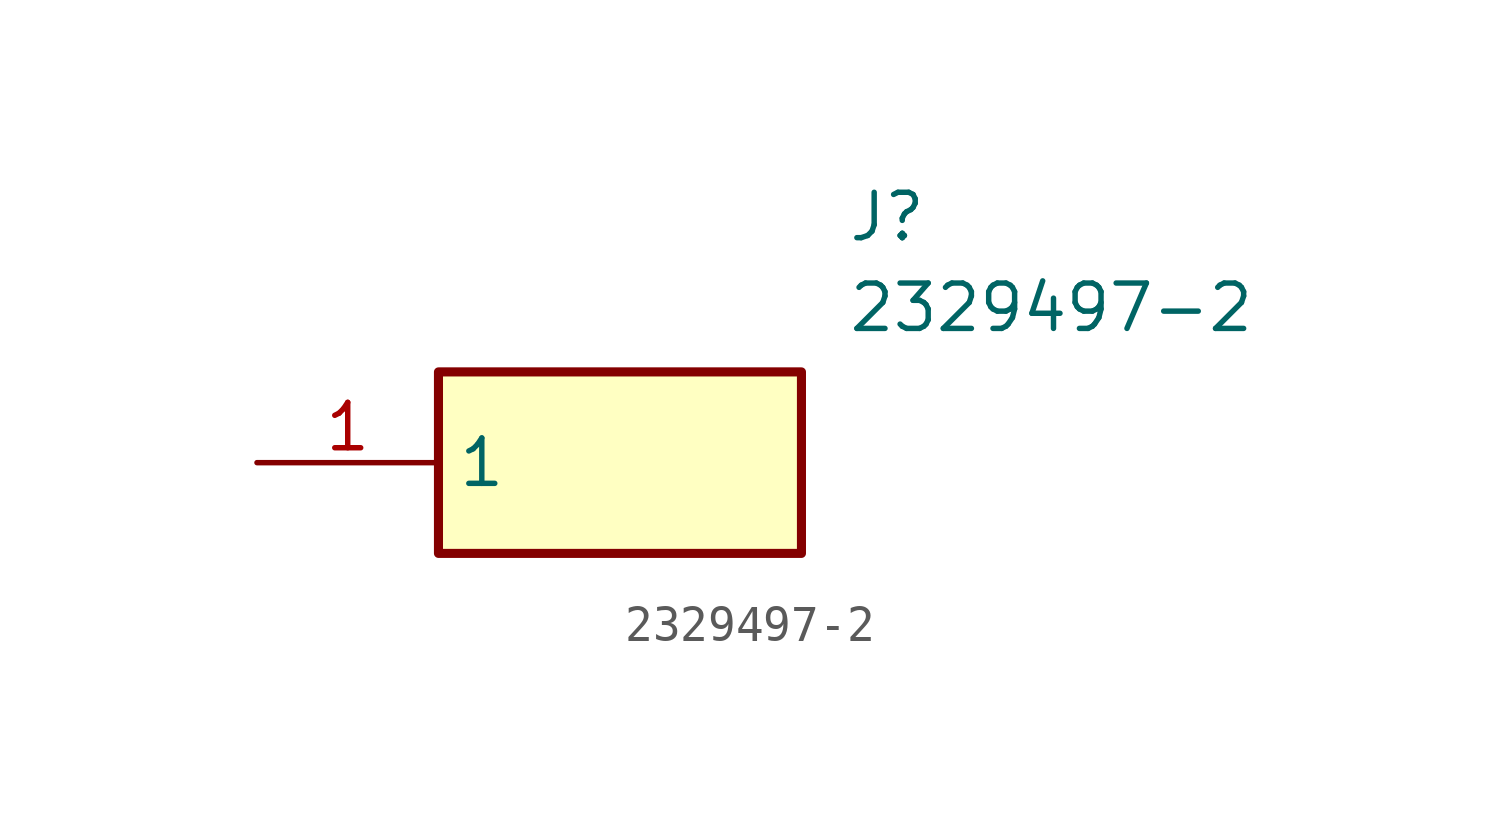
<source format=kicad_sym>
(kicad_symbol_lib
  (version 20211014)
  (generator SamacSys_ECAD_Model)
  (symbol "2329497-2"
    (property "Reference" "J"
      (at 16.51 7.62 0)
      (effects (font (size 1.27 1.27)) (justify left top)))
    (property "Value" "2329497-2"
      (at 16.51 5.08 0)
      (effects (font (size 1.27 1.27)) (justify left top)))
    (rectangle
      (start 5.08 2.54)
      (end 15.24 -2.54)
      (stroke (width 0.254) (type default))
      (fill (type background)))
    (pin passive line
      (at 0 0 0)
      (length 5.08)
      (name "1" (effects (font (size 1.27 1.27))))
      (number "1" (effects (font (size 1.27 1.27)))))))
</source>
